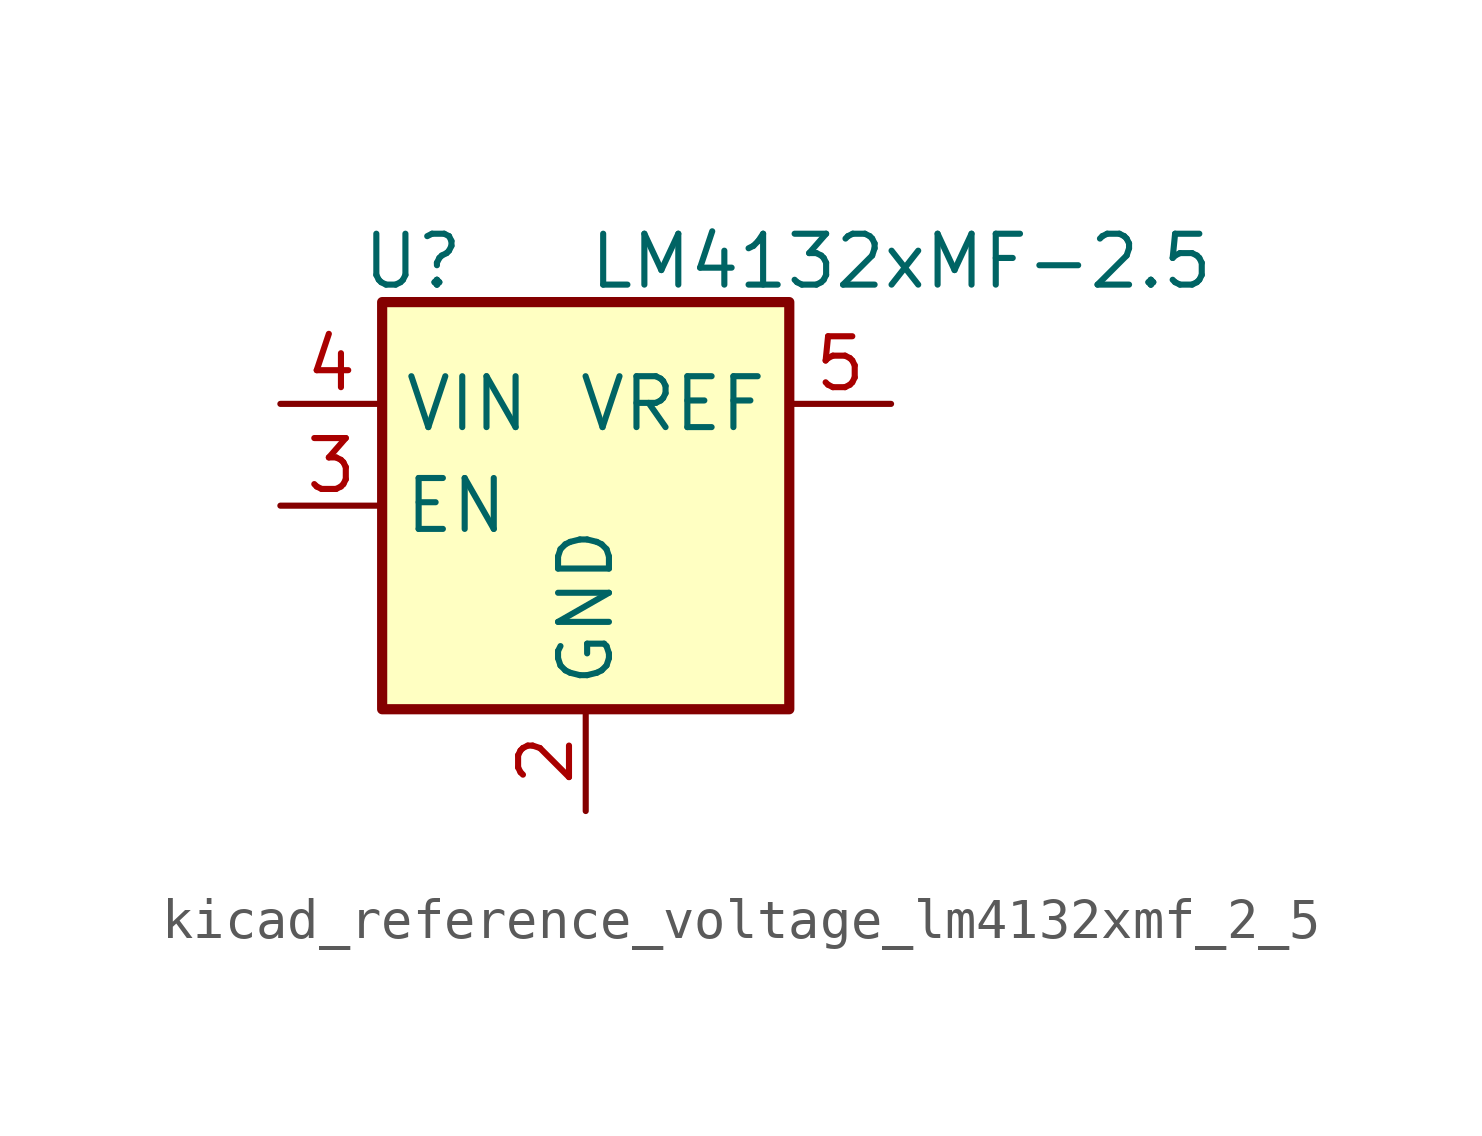
<source format=kicad_sym>
(kicad_symbol_lib
  (version 20220914)
  (generator kicad_symbol_editor)
  (symbol "kicad_reference_voltage_lm4132xmf_2_5"
    (property "Reference" "U"
      (at -4.318 6.096 0)
      (effects (font (size 1.27 1.27))))
    (property "Value" "LM4132xMF-2.5"
      (at 7.874 6.096 0)
      (effects (font (size 1.27 1.27))))
    (symbol "kicad_reference_voltage_lm4132xmf_2_5_0_1"
      (rectangle (start -5.08 5.08) (end 5.08 -5.08) (stroke (width 0.254) (type default)) (fill (type background))))
    (symbol "kicad_reference_voltage_lm4132xmf_2_5_1_1"
      (pin no_connect line (at 5.08 0 180) (length 2.54) hide (name "NC" (effects (font (size 1.27 1.27)))) (number "1" (effects (font (size 1.27 1.27)))))
      (pin power_in line (at 0 -7.62 90) (length 2.54) (name "GND" (effects (font (size 1.27 1.27)))) (number "2" (effects (font (size 1.27 1.27)))))
      (pin input line (at -7.62 0 0) (length 2.54) (name "EN" (effects (font (size 1.27 1.27)))) (number "3" (effects (font (size 1.27 1.27)))))
      (pin power_in line (at -7.62 2.54 0) (length 2.54) (name "VIN" (effects (font (size 1.27 1.27)))) (number "4" (effects (font (size 1.27 1.27)))))
      (pin power_out line (at 7.62 2.54 180) (length 2.54) (name "VREF" (effects (font (size 1.27 1.27)))) (number "5" (effects (font (size 1.27 1.27))))))))
</source>
